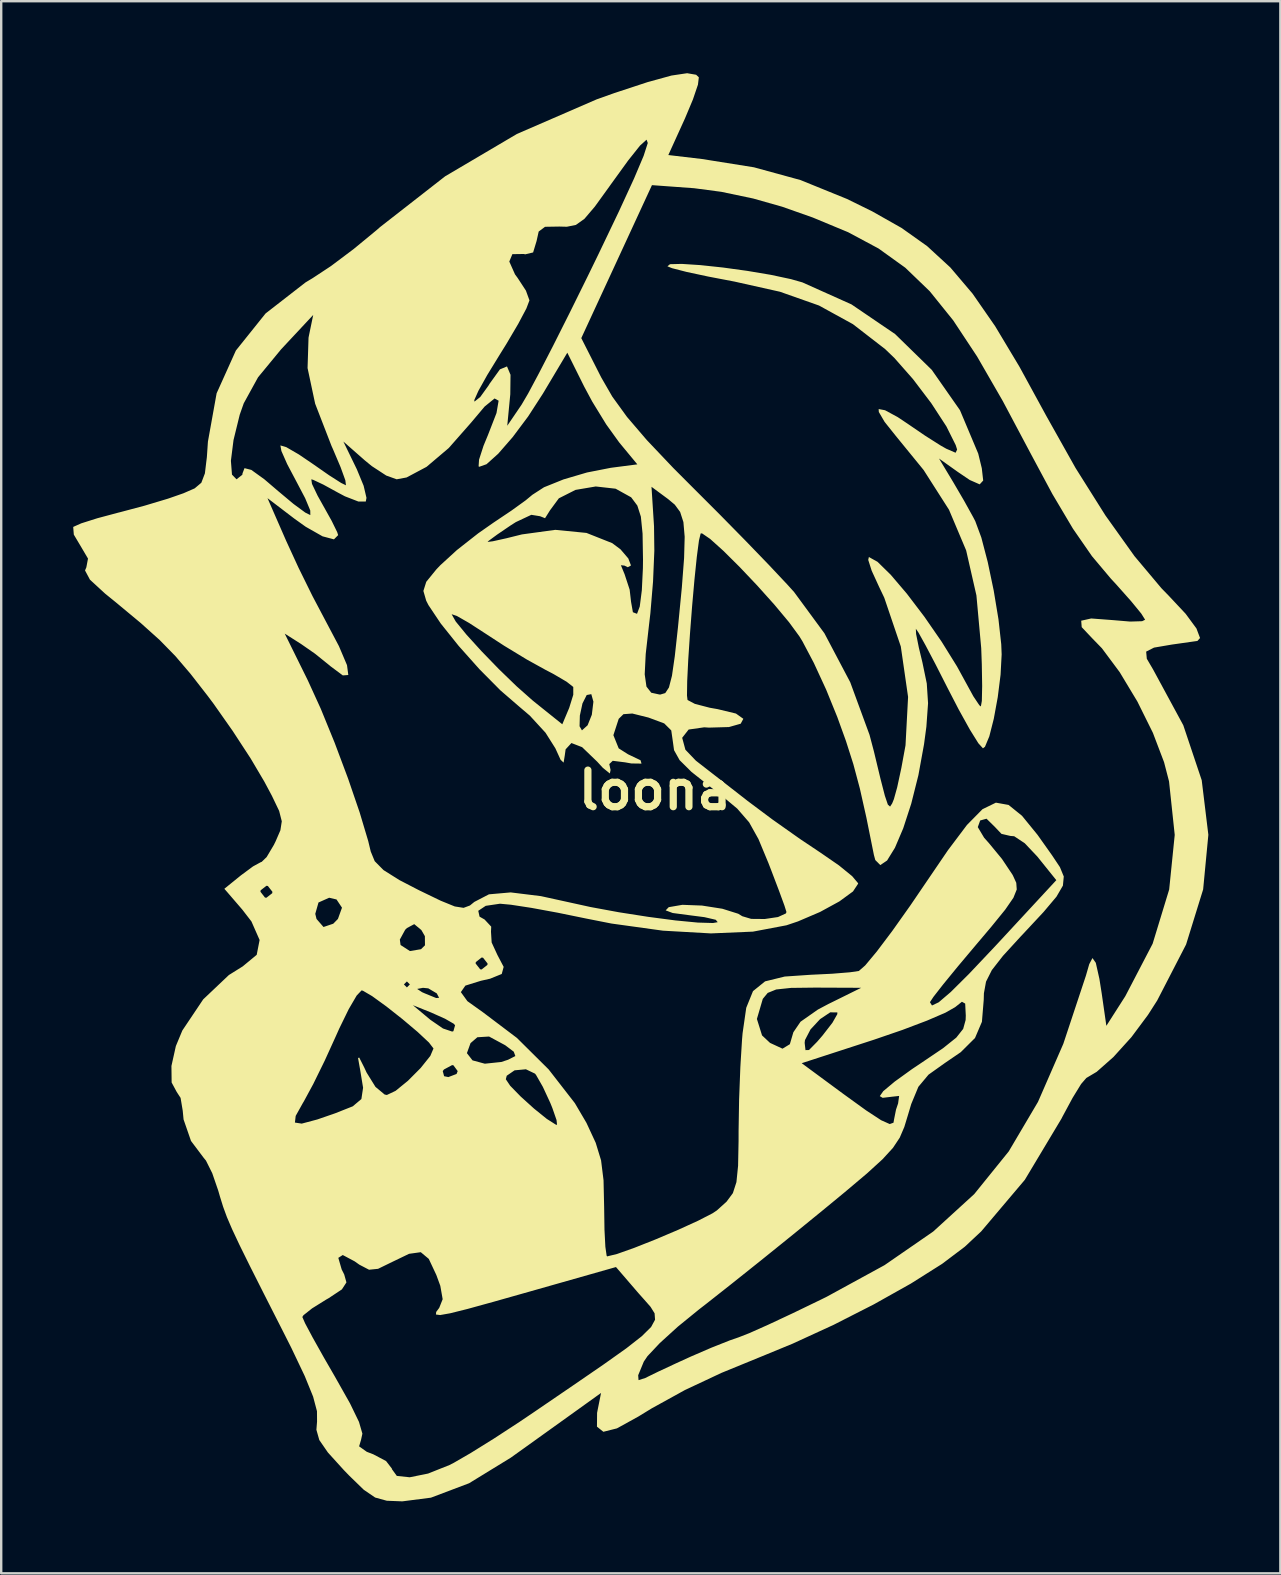
<source format=kicad_pcb>
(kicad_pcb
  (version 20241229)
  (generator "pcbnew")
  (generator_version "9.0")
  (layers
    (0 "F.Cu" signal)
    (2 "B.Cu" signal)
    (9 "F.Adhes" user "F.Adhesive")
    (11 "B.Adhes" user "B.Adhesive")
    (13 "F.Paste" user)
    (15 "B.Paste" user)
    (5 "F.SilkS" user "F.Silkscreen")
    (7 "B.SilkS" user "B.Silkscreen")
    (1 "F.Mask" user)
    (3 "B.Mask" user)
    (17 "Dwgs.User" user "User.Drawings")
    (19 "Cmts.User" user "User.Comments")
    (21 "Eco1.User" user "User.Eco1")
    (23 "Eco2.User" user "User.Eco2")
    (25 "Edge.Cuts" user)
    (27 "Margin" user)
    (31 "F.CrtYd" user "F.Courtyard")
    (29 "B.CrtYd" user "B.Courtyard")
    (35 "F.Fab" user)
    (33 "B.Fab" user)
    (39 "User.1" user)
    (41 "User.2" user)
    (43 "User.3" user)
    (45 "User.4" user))
  (footprint "loona"
    (layer "F.Cu")
    (at 24.235 29.867)
    (property "Reference" "loona" (at 0 0 0) (layer "F.SilkS") (effects (font (size 1.524 1.524) (thickness 0.3))))
    (attr board_only exclude_from_pos_files exclude_from_bom)
    (fp_poly (pts (xy 1.715 -29.803) (xy 1.828 -29.696) (xy 1.791 -29.391) (xy 1.581 -28.772) (xy 1.25 -27.983) (xy 0.557 -26.458) (xy 1.959 -26.293) (xy 4.125 -25.947) (xy 6.063 -25.416) (xy 7.999 -24.629) (xy 9.051 -24.112) (xy 10.271 -23.422) (xy 11.337 -22.665) (xy 12.306 -21.774) (xy 13.232 -20.683) (xy 14.173 -19.326) (xy 15.185 -17.638) (xy 16.307 -15.584) (xy 17.522 -13.42) (xy 18.765 -11.446) (xy 19.977 -9.748) (xy 21.101 -8.41) (xy 21.401 -8.102) (xy 22.108 -7.347) (xy 22.558 -6.736) (xy 22.708 -6.337) (xy 22.599 -6.216) (xy 22.337 -6.179) (xy 21.761 -6.097) (xy 21.54 -6.066) (xy 20.79 -5.938) (xy 20.463 -5.771) (xy 20.49 -5.474) (xy 20.749 -5.033) (xy 22.01 -2.704) (xy 22.778 -0.412) (xy 23.054 1.861) (xy 22.837 4.135) (xy 22.126 6.43) (xy 20.922 8.764) (xy 20.538 9.364) (xy 19.85 10.288) (xy 19.099 11.118) (xy 18.401 11.735) (xy 17.97 11.991) (xy 17.753 12.242) (xy 17.397 12.822) (xy 16.973 13.609) (xy 16.936 13.683) (xy 15.408 16.234) (xy 13.59 18.383) (xy 12.905 19.023) (xy 11.963 19.734) (xy 10.664 20.554) (xy 9.119 21.421) (xy 7.44 22.276) (xy 5.738 23.058) (xy 4.607 23.524) (xy 2.771 24.276) (xy 1.248 24.991) (xy -0.133 25.753) (xy -0.69 26.094) (xy -1.584 26.588) (xy -2.149 26.73) (xy -2.416 26.517) (xy -2.411 25.943) (xy -2.393 25.848) (xy -2.246 25.112) (xy -3.551 26.049) (xy -4.484 26.718) (xy -5.471 27.426) (xy -6.007 27.809) (xy -7.743 28.874) (xy -9.333 29.475) (xy -10.525 29.628) (xy -11.171 29.603) (xy -11.656 29.469) (xy -12.13 29.146) (xy -12.742 28.552) (xy -12.96 28.326) (xy -13.624 27.594) (xy -13.983 27.074) (xy -14.104 26.646) (xy -14.077 26.304) (xy -14.08 25.873) (xy -14.241 25.266) (xy -14.589 24.41) (xy -15.15 23.231) (xy -15.484 22.569) (xy -15.8 21.948) (xy -14.69 21.948) (xy -14.573 22.215) (xy -14.253 22.815) (xy -13.782 23.654) (xy -13.335 24.428) (xy -12.704 25.547) (xy -12.33 26.319) (xy -12.188 26.808) (xy -12.246 27.072) (xy -12.325 27.337) (xy -12.005 27.564) (xy -11.736 27.667) (xy -11.203 27.948) (xy -10.959 28.264) (xy -10.957 28.288) (xy -10.754 28.568) (xy -10.217 28.625) (xy -9.451 28.47) (xy -8.559 28.114) (xy -8.383 28.024) (xy -7.673 27.613) (xy -6.709 27.013) (xy -5.645 26.319) (xy -5.047 25.915) (xy -3.406 24.795) (xy -2.134 23.921) (xy -1.193 23.253) (xy -0.548 22.748) (xy -0.161 22.365) (xy 0.004 22.062) (xy -0.015 21.796) (xy -0.183 21.525) (xy -0.461 21.209) (xy -0.692 20.95) (xy -1.624 19.867) (xy -5.225 20.89) (xy -6.727 21.315) (xy -7.809 21.613) (xy -8.53 21.793) (xy -8.949 21.867) (xy -9.124 21.845) (xy -9.114 21.737) (xy -8.987 21.567) (xy -8.844 21.206) (xy -8.942 20.65) (xy -9.108 20.197) (xy -9.422 19.528) (xy -9.756 19.248) (xy -10.244 19.316) (xy -10.954 19.658) (xy -11.535 19.941) (xy -11.911 19.979) (xy -12.315 19.768) (xy -12.51 19.63) (xy -13.006 19.366) (xy -13.191 19.484) (xy -13.051 19.967) (xy -12.945 20.177) (xy -12.853 20.507) (xy -13.042 20.798) (xy -13.595 21.165) (xy -13.691 21.219) (xy -14.284 21.589) (xy -14.642 21.873) (xy -14.69 21.948) (xy -15.8 21.948) (xy -16.274 21.015) (xy -16.87 19.833) (xy -17.307 18.948) (xy -17.616 18.29) (xy -17.833 17.784) (xy -17.989 17.358) (xy -18.119 16.94) (xy -18.193 16.684) (xy -18.443 15.958) (xy -18.705 15.432) (xy -18.801 15.315) (xy -19.328 14.614) (xy -19.593 13.848) (xy -14.999 13.848) (xy -14.715 13.892) (xy -14.063 13.718) (xy -13.323 13.462) (xy -12.589 13.171) (xy -12.23 12.868) (xy -12.159 12.397) (xy -12.29 11.601) (xy -12.295 11.579) (xy -12.369 11.158) (xy -12.32 11.141) (xy -12.113 11.55) (xy -12.013 11.765) (xy -11.643 12.362) (xy -11.261 12.68) (xy -11.169 12.699) (xy -10.806 12.527) (xy -10.289 12.106) (xy -10.228 12.044) (xy -6.213 12.044) (xy -6.031 12.315) (xy -5.594 12.763) (xy -5.039 13.265) (xy -4.506 13.695) (xy -4.135 13.931) (xy -4.079 13.945) (xy -4.1 13.743) (xy -4.276 13.237) (xy -4.36 13.03) (xy -4.67 12.361) (xy -4.95 11.871) (xy -4.995 11.811) (xy -5.376 11.628) (xy -5.848 11.672) (xy -6.175 11.897) (xy -6.213 12.044) (xy -10.228 12.044) (xy -9.889 11.704) (xy -8.84 11.704) (xy -8.784 11.917) (xy -8.606 11.953) (xy -8.265 11.823) (xy -8.218 11.704) (xy -8.396 11.462) (xy -8.452 11.455) (xy -8.789 11.636) (xy -8.84 11.704) (xy -9.889 11.704) (xy -9.76 11.574) (xy -9.359 11.073) (xy -9.309 10.956) (xy -7.834 10.956) (xy -7.6 11.257) (xy -7.087 11.396) (xy -6.403 11.324) (xy -6.121 11.232) (xy -5.816 11.077) (xy -5.882 10.896) (xy -6.238 10.627) (xy -6.911 10.264) (xy -7.399 10.294) (xy -7.683 10.539) (xy -7.834 10.956) (xy -9.309 10.956) (xy -9.226 10.761) (xy -9.416 10.513) (xy -9.888 10.072) (xy -10.522 9.537) (xy -11.194 9.007) (xy -11.262 8.958) (xy -10.085 8.958) (xy -9.353 9.569) (xy -8.83 9.929) (xy -8.45 10.057) (xy -8.397 10.042) (xy -8.327 9.796) (xy -8.383 9.731) (xy -8.746 9.522) (xy -9.33 9.261) (xy -9.338 9.258) (xy -10.085 8.958) (xy -11.262 8.958) (xy -11.782 8.581) (xy -12.166 8.356) (xy -12.222 8.342) (xy -12.425 8.555) (xy -12.756 9.121) (xy -13.153 9.934) (xy -13.29 10.241) (xy -13.757 11.268) (xy -14.233 12.238) (xy -14.625 12.963) (xy -14.673 13.043) (xy -14.967 13.571) (xy -14.999 13.848) (xy -19.593 13.848) (xy -19.638 13.719) (xy -19.673 13.354) (xy -19.762 12.82) (xy -19.922 12.575) (xy -20.135 12.179) (xy -20.143 11.49) (xy -19.959 10.662) (xy -19.689 10.013) (xy -18.82 8.716) (xy -18.361 8.281) (xy -9.907 8.281) (xy -9.701 8.417) (xy -9.587 8.467) (xy -9.117 8.659) (xy -8.992 8.653) (xy -9.089 8.467) (xy -9.178 8.414) (xy -8.086 8.414) (xy -7.813 8.791) (xy -7.15 9.265) (xy -5.75 10.323) (xy -4.429 11.634) (xy -3.337 13.039) (xy -2.854 13.86) (xy -2.468 14.692) (xy -2.245 15.422) (xy -2.142 16.252) (xy -2.117 17.369) (xy -2.103 18.31) (xy -2.066 19.024) (xy -2.013 19.395) (xy -1.992 19.423) (xy -1.584 19.324) (xy -0.863 19.068) (xy 0.032 18.713) (xy 0.966 18.317) (xy 1.8 17.936) (xy 2.397 17.629) (xy 2.578 17.509) (xy 2.984 17.142) (xy 3.246 16.788) (xy 3.394 16.33) (xy 3.463 15.648) (xy 3.483 14.626) (xy 3.484 14.194) (xy 3.505 12.898) (xy 3.557 11.55) (xy 3.567 11.375) (xy 6.113 11.375) (xy 7.85 12.656) (xy 8.799 13.342) (xy 9.422 13.75) (xy 9.78 13.91) (xy 9.937 13.854) (xy 9.961 13.716) (xy 10.043 13.306) (xy 10.129 13.051) (xy 10.172 12.739) (xy 9.887 12.77) (xy 9.485 12.818) (xy 9.367 12.747) (xy 9.51 12.541) (xy 9.988 12.141) (xy 10.712 11.619) (xy 11.102 11.358) (xy 12.002 10.75) (xy 12.554 10.308) (xy 12.84 9.946) (xy 12.942 9.577) (xy 12.949 9.394) (xy 12.924 8.892) (xy 12.788 8.815) (xy 12.506 9.04) (xy 12.104 9.269) (xy 11.336 9.6) (xy 10.309 9.989) (xy 9.133 10.393) (xy 9.087 10.408) (xy 6.113 11.375) (xy 3.567 11.375) (xy 3.628 10.389) (xy 3.65 10.129) (xy 3.736 9.532) (xy 4.247 9.532) (xy 4.461 10.217) (xy 4.794 10.529) (xy 5.314 10.77) (xy 5.619 10.584) (xy 5.636 10.527) (xy 6.236 10.527) (xy 6.271 10.83) (xy 6.417 10.826) (xy 6.757 10.481) (xy 6.978 10.225) (xy 7.391 9.693) (xy 7.597 9.331) (xy 7.598 9.258) (xy 7.3 9.257) (xy 6.879 9.539) (xy 6.48 9.969) (xy 6.25 10.41) (xy 6.236 10.527) (xy 5.636 10.527) (xy 5.766 10.085) (xy 6.065 9.647) (xy 6.787 9.141) (xy 7.222 8.91) (xy 7.377 8.834) (xy 11.455 8.834) (xy 11.541 8.971) (xy 11.82 8.838) (xy 12.323 8.409) (xy 13.081 7.656) (xy 14.123 6.554) (xy 14.306 6.358) (xy 16.72 3.75) (xy 15.928 2.765) (xy 15.404 2.211) (xy 14.965 1.92) (xy 14.805 1.907) (xy 14.435 1.821) (xy 14.157 1.528) (xy 13.813 1.19) (xy 13.549 1.263) (xy 13.449 1.54) (xy 13.712 1.981) (xy 13.913 2.207) (xy 14.456 2.866) (xy 14.893 3.52) (xy 14.917 3.565) (xy 15.052 3.86) (xy 15.072 4.138) (xy 14.933 4.483) (xy 14.592 4.977) (xy 14.003 5.702) (xy 13.361 6.461) (xy 12.617 7.346) (xy 12.009 8.089) (xy 11.601 8.612) (xy 11.455 8.834) (xy 7.377 8.834) (xy 8.591 8.234) (xy 6.67 8.226) (xy 5.669 8.238) (xy 5.05 8.304) (xy 4.697 8.447) (xy 4.495 8.692) (xy 4.491 8.699) (xy 4.247 9.532) (xy 3.736 9.532) (xy 3.803 9.066) (xy 4.084 8.373) (xy 4.587 7.966) (xy 5.407 7.765) (xy 6.475 7.692) (xy 7.379 7.648) (xy 8.119 7.588) (xy 8.493 7.534) (xy 8.759 7.301) (xy 9.242 6.721) (xy 9.886 5.866) (xy 10.637 4.807) (xy 11.21 3.965) (xy 12.206 2.502) (xy 12.998 1.45) (xy 13.644 0.794) (xy 14.203 0.521) (xy 14.732 0.616) (xy 15.291 1.068) (xy 15.937 1.861) (xy 16.547 2.721) (xy 16.871 3.208) (xy 17.031 3.597) (xy 16.995 3.977) (xy 16.726 4.439) (xy 16.19 5.075) (xy 15.351 5.975) (xy 15.252 6.079) (xy 14.498 6.903) (xy 14.034 7.497) (xy 13.792 7.978) (xy 13.704 8.461) (xy 13.696 8.737) (xy 13.621 9.65) (xy 13.333 10.325) (xy 12.739 10.916) (xy 12.08 11.366) (xy 11.396 11.853) (xy 10.974 12.358) (xy 10.676 13.077) (xy 10.552 13.492) (xy 10.388 14.032) (xy 10.197 14.478) (xy 9.915 14.902) (xy 9.482 15.375) (xy 8.832 15.968) (xy 7.905 16.75) (xy 7.007 17.49) (xy 5.743 18.52) (xy 4.423 19.585) (xy 3.177 20.579) (xy 2.137 21.399) (xy 1.839 21.63) (xy 0.952 22.352) (xy 0.202 23.034) (xy -0.311 23.579) (xy -0.465 23.807) (xy -0.699 24.375) (xy -0.684 24.578) (xy -0.401 24.489) (xy -0.311 24.443) (xy 0.147 24.219) (xy 0.878 23.878) (xy 1.494 23.597) (xy 2.35 23.227) (xy 3.113 22.924) (xy 3.486 22.795) (xy 3.935 22.619) (xy 4.726 22.266) (xy 5.753 21.785) (xy 6.915 21.223) (xy 7.162 21.101) (xy 9.564 19.788) (xy 11.593 18.387) (xy 13.3 16.829) (xy 14.737 15.051) (xy 15.957 12.986) (xy 17.012 10.567) (xy 17.953 7.729) (xy 18.092 7.248) (xy 18.226 6.995) (xy 18.365 7.193) (xy 18.515 7.861) (xy 18.612 8.474) (xy 18.805 9.818) (xy 19.595 8.582) (xy 20.733 6.397) (xy 21.422 4.138) (xy 21.653 1.864) (xy 21.416 -0.365) (xy 21.209 -1.164) (xy 20.743 -2.389) (xy 20.097 -3.692) (xy 19.359 -4.917) (xy 18.62 -5.91) (xy 18.216 -6.326) (xy 17.778 -6.79) (xy 17.757 -7.059) (xy 18.174 -7.152) (xy 19.048 -7.086) (xy 19.05 -7.086) (xy 19.796 -7.023) (xy 20.294 -7.038) (xy 20.42 -7.099) (xy 20.261 -7.353) (xy 19.837 -7.871) (xy 19.229 -8.556) (xy 18.988 -8.817) (xy 18.205 -9.748) (xy 17.414 -10.891) (xy 16.557 -12.335) (xy 15.689 -13.953) (xy 14.489 -16.212) (xy 13.42 -18.065) (xy 12.425 -19.57) (xy 11.447 -20.784) (xy 10.43 -21.763) (xy 9.317 -22.563) (xy 8.05 -23.242) (xy 6.575 -23.855) (xy 5.3 -24.305) (xy 4.089 -24.648) (xy 2.764 -24.926) (xy 1.631 -25.076) (xy -0.125 -25.204) (xy -1.597 -22.017) (xy -3.069 -18.831) (xy -2.24 -17.197) (xy -1.777 -16.394) (xy -1.165 -15.549) (xy -0.34 -14.585) (xy 0.762 -13.423) (xy 1.57 -12.613) (xy 2.679 -11.504) (xy 3.769 -10.395) (xy 4.745 -9.384) (xy 5.51 -8.57) (xy 5.795 -8.255) (xy 7.059 -6.535) (xy 8.135 -4.495) (xy 8.939 -2.304) (xy 9.12 -1.619) (xy 9.393 -0.484) (xy 9.578 0.234) (xy 9.702 0.601) (xy 9.795 0.685) (xy 9.882 0.552) (xy 9.954 0.374) (xy 10.091 -0.118) (xy 10.265 -0.926) (xy 10.438 -1.868) (xy 10.545 -3.883) (xy 10.242 -5.984) (xy 9.553 -8.016) (xy 9.337 -8.469) (xy 9.029 -9.141) (xy 8.885 -9.592) (xy 8.912 -9.712) (xy 9.271 -9.513) (xy 9.821 -8.974) (xy 10.495 -8.183) (xy 11.224 -7.224) (xy 11.942 -6.186) (xy 12.583 -5.154) (xy 12.931 -4.518) (xy 13.265 -3.908) (xy 13.513 -3.538) (xy 13.577 -3.486) (xy 13.618 -3.717) (xy 13.631 -4.339) (xy 13.616 -5.245) (xy 13.592 -5.914) (xy 13.392 -8.112) (xy 12.964 -9.988) (xy 12.249 -11.682) (xy 11.192 -13.337) (xy 10.017 -14.777) (xy 9.566 -15.343) (xy 9.326 -15.754) (xy 9.319 -15.877) (xy 9.584 -15.827) (xy 10.109 -15.543) (xy 10.521 -15.268) (xy 11.25 -14.77) (xy 11.901 -14.357) (xy 12.134 -14.225) (xy 12.524 -14.056) (xy 12.588 -14.188) (xy 12.529 -14.375) (xy 12.141 -15.153) (xy 11.51 -16.121) (xy 10.75 -17.123) (xy 9.976 -18.002) (xy 9.589 -18.374) (xy 8.246 -19.413) (xy 6.834 -20.189) (xy 5.208 -20.763) (xy 3.311 -21.187) (xy 2.219 -21.396) (xy 1.317 -21.589) (xy 0.714 -21.744) (xy 0.519 -21.822) (xy 0.626 -21.911) (xy 1.118 -21.923) (xy 1.89 -21.873) (xy 2.836 -21.772) (xy 3.851 -21.632) (xy 4.83 -21.467) (xy 5.668 -21.288) (xy 6.142 -21.153) (xy 8.187 -20.236) (xy 10.004 -19) (xy 11.531 -17.51) (xy 12.706 -15.829) (xy 13.467 -14.021) (xy 13.616 -13.41) (xy 13.674 -12.898) (xy 13.528 -12.739) (xy 13.114 -12.921) (xy 12.617 -13.257) (xy 11.834 -13.815) (xy 12.431 -12.822) (xy 12.874 -12.064) (xy 13.256 -11.375) (xy 13.344 -11.206) (xy 13.597 -10.522) (xy 13.863 -9.504) (xy 14.112 -8.316) (xy 14.31 -7.12) (xy 14.426 -6.079) (xy 14.443 -5.655) (xy 14.398 -4.809) (xy 14.28 -3.871) (xy 14.115 -2.971) (xy 13.929 -2.24) (xy 13.748 -1.807) (xy 13.664 -1.743) (xy 13.474 -1.952) (xy 13.12 -2.52) (xy 12.656 -3.356) (xy 12.202 -4.233) (xy 11.696 -5.228) (xy 11.273 -6.033) (xy 10.98 -6.561) (xy 10.868 -6.724) (xy 10.879 -6.505) (xy 10.993 -5.939) (xy 11.143 -5.317) (xy 11.324 -4.443) (xy 11.377 -3.62) (xy 11.307 -2.641) (xy 11.209 -1.91) (xy 10.975 -0.625) (xy 10.677 0.562) (xy 10.342 1.591) (xy 9.997 2.401) (xy 9.67 2.931) (xy 9.388 3.122) (xy 9.179 2.912) (xy 9.121 2.699) (xy 8.808 1.144) (xy 8.536 -0.067) (xy 8.265 -1.082) (xy 7.957 -2.047) (xy 7.596 -3.046) (xy 7.133 -4.185) (xy 6.617 -5.303) (xy 6.141 -6.205) (xy 6.017 -6.407) (xy 5.587 -6.994) (xy 4.976 -7.726) (xy 4.264 -8.52) (xy 3.529 -9.296) (xy 2.848 -9.972) (xy 2.3 -10.465) (xy 1.963 -10.696) (xy 1.904 -10.694) (xy 1.833 -10.4) (xy 1.744 -9.722) (xy 1.646 -8.774) (xy 1.548 -7.669) (xy 1.459 -6.519) (xy 1.387 -5.44) (xy 1.343 -4.543) (xy 1.334 -3.943) (xy 1.357 -3.756) (xy 1.663 -3.594) (xy 2.283 -3.433) (xy 2.612 -3.375) (xy 3.374 -3.191) (xy 3.682 -2.972) (xy 3.572 -2.768) (xy 3.083 -2.629) (xy 2.25 -2.605) (xy 2.053 -2.618) (xy 1.403 -2.525) (xy 1.134 -2.181) (xy 1.268 -1.685) (xy 1.704 -1.229) (xy 2.232 -0.818) (xy 2.993 -0.227) (xy 3.826 0.422) (xy 3.864 0.452) (xy 4.89 1.219) (xy 6.044 2.034) (xy 6.912 2.615) (xy 7.664 3.134) (xy 8.216 3.584) (xy 8.461 3.875) (xy 8.464 3.897) (xy 8.25 4.22) (xy 7.683 4.635) (xy 6.879 5.074) (xy 5.958 5.468) (xy 5.478 5.63) (xy 4.082 5.894) (xy 2.331 5.968) (xy 0.332 5.854) (xy -1.811 5.557) (xy -2.84 5.354) (xy -4.049 5.106) (xy -5.147 4.904) (xy -6.003 4.773) (xy -6.456 4.731) (xy -7.05 4.819) (xy -7.361 5.026) (xy -7.307 5.27) (xy -7.099 5.388) (xy -6.821 5.686) (xy -6.831 5.897) (xy -6.803 6.346) (xy -6.562 6.869) (xy -6.303 7.362) (xy -6.383 7.658) (xy -6.867 7.855) (xy -7.253 7.942) (xy -7.898 8.143) (xy -8.086 8.414) (xy -9.178 8.414) (xy -9.443 8.257) (xy -9.664 8.235) (xy -9.907 8.281) (xy -18.361 8.281) (xy -18.163 8.093) (xy -10.459 8.093) (xy -10.334 8.218) (xy -10.21 8.093) (xy -10.334 7.969) (xy -10.459 8.093) (xy -18.163 8.093) (xy -17.75 7.702) (xy -17.174 7.342) (xy -17.029 7.222) (xy -7.471 7.222) (xy -7.281 7.463) (xy -7.222 7.471) (xy -6.98 7.281) (xy -6.973 7.222) (xy -7.162 6.98) (xy -7.222 6.973) (xy -7.463 7.162) (xy -7.471 7.222) (xy -17.029 7.222) (xy -16.591 6.86) (xy -16.47 6.242) (xy -16.478 6.224) (xy -10.628 6.224) (xy -10.598 6.451) (xy -10.208 6.703) (xy -9.746 6.626) (xy -9.581 6.464) (xy -9.585 6.082) (xy -9.731 5.829) (xy -10.028 5.582) (xy -10.331 5.744) (xy -10.405 5.816) (xy -10.628 6.224) (xy -16.478 6.224) (xy -16.811 5.469) (xy -17.055 5.153) (xy -14.151 5.153) (xy -14.099 5.366) (xy -13.808 5.701) (xy -13.402 5.564) (xy -13.207 5.365) (xy -13.038 4.896) (xy -13.266 4.554) (xy -13.572 4.482) (xy -14.017 4.68) (xy -14.151 5.153) (xy -17.055 5.153) (xy -17.188 4.98) (xy -17.831 4.233) (xy -16.435 4.233) (xy -16.246 4.475) (xy -16.186 4.482) (xy -15.944 4.293) (xy -15.937 4.233) (xy -16.127 3.992) (xy -16.186 3.984) (xy -16.428 4.174) (xy -16.435 4.233) (xy -17.831 4.233) (xy -17.939 4.109) (xy -17.249 3.55) (xy -16.745 3.177) (xy -16.41 2.994) (xy -16.385 2.989) (xy -16.176 2.786) (xy -15.878 2.284) (xy -15.802 2.13) (xy -15.604 1.672) (xy -15.546 1.298) (xy -15.656 0.865) (xy -15.96 0.231) (xy -16.273 -0.355) (xy -16.843 -1.32) (xy -17.593 -2.469) (xy -18.387 -3.598) (xy -18.636 -3.931) (xy -19.35 -4.848) (xy -19.979 -5.585) (xy -20.633 -6.254) (xy -21.424 -6.964) (xy -22.461 -7.826) (xy -22.905 -8.186) (xy -23.538 -8.768) (xy -23.743 -9.153) (xy -23.688 -9.282) (xy -23.619 -9.647) (xy -23.925 -10.166) (xy -24.21 -10.645) (xy -24.235 -10.959) (xy -24.224 -10.971) (xy -23.901 -11.115) (xy -23.232 -11.327) (xy -22.357 -11.561) (xy -22.287 -11.578) (xy -21.261 -11.851) (xy -20.294 -12.141) (xy -20.226 -12.164) (xy -16.141 -12.164) (xy -15.36 -10.378) (xy -14.845 -9.258) (xy -14.267 -8.085) (xy -13.785 -7.172) (xy -13.166 -6.001) (xy -12.829 -5.207) (xy -12.775 -4.797) (xy -13.004 -4.78) (xy -13.518 -5.163) (xy -13.556 -5.196) (xy -14.16 -5.683) (xy -14.746 -6.091) (xy -15.423 -6.521) (xy -14.459 -4.568) (xy -13.921 -3.389) (xy -13.345 -1.978) (xy -12.786 -0.487) (xy -12.301 0.93) (xy -11.945 2.121) (xy -11.84 2.557) (xy -11.675 2.959) (xy -11.308 3.33) (xy -10.645 3.747) (xy -9.842 4.163) (xy -8.926 4.606) (xy -8.34 4.845) (xy -7.972 4.903) (xy -7.708 4.805) (xy -7.525 4.656) (xy -6.916 4.34) (xy -6.009 4.26) (xy -4.752 4.415) (xy -3.735 4.638) (xy -2.684 4.869) (xy -1.496 5.088) (xy -0.281 5.278) (xy 0.85 5.427) (xy 1.787 5.517) (xy 2.419 5.535) (xy 2.615 5.5) (xy 2.532 5.4) (xy 2.062 5.291) (xy 1.494 5.218) (xy 0.739 5.118) (xy 0.446 5.008) (xy 0.574 4.875) (xy 1.143 4.777) (xy 1.96 4.808) (xy 2.809 4.941) (xy 3.47 5.149) (xy 3.638 5.252) (xy 4.01 5.363) (xy 4.575 5.368) (xy 5.126 5.286) (xy 5.454 5.136) (xy 5.478 5.077) (xy 5.394 4.809) (xy 5.169 4.194) (xy 4.847 3.348) (xy 4.729 3.042) (xy 4.312 2.039) (xy 3.922 1.339) (xy 3.43 0.772) (xy 2.708 0.168) (xy 2.363 -0.094) (xy 1.524 -0.758) (xy 1.027 -1.25) (xy 0.795 -1.665) (xy 0.747 -2.014) (xy 0.679 -2.488) (xy 0.386 -2.78) (xy -0.264 -3.022) (xy -0.269 -3.024) (xy -0.943 -3.192) (xy -1.312 -3.165) (xy -1.51 -2.971) (xy -1.732 -2.29) (xy -1.511 -1.742) (xy -1.121 -1.494) (xy -0.601 -1.246) (xy -0.56 -1.106) (xy -0.983 -1.112) (xy -1.25 -1.159) (xy -1.759 -1.223) (xy -1.903 -1.086) (xy -1.849 -0.841) (xy -1.879 -0.694) (xy -2.17 -0.929) (xy -2.405 -1.185) (xy -3.035 -1.791) (xy -3.48 -1.963) (xy -3.722 -1.7) (xy -3.759 -1.432) (xy -3.806 -1.147) (xy -3.932 -1.267) (xy -4.149 -1.743) (xy -4.559 -2.392) (xy -4.806 -2.661) (xy -3.141 -2.661) (xy -3.042 -2.49) (xy -2.806 -2.702) (xy -2.63 -3.142) (xy -2.564 -3.686) (xy -2.652 -3.999) (xy -2.843 -3.963) (xy -3.02 -3.612) (xy -3.129 -3.106) (xy -3.141 -2.661) (xy -4.806 -2.661) (xy -5.213 -3.104) (xy -5.66 -3.485) (xy -6.438 -4.157) (xy -7.314 -5.041) (xy -8.178 -6.01) (xy -8.922 -6.94) (xy -9.178 -7.322) (xy -8.467 -7.322) (xy -8.299 -7.025) (xy -7.856 -6.483) (xy -7.226 -5.789) (xy -6.499 -5.039) (xy -5.762 -4.326) (xy -5.106 -3.745) (xy -5.021 -3.675) (xy -3.86 -2.744) (xy -3.573 -3.426) (xy -3.403 -3.973) (xy -3.403 -4.299) (xy -3.679 -4.516) (xy -4.207 -4.826) (xy -0.427 -4.826) (xy -0.354 -4.314) (xy -0.155 -4.059) (xy 0.183 -3.985) (xy 0.227 -3.984) (xy 0.429 -4.044) (xy 0.582 -4.276) (xy 0.708 -4.763) (xy 0.827 -5.585) (xy 0.96 -6.8) (xy 1.12 -8.446) (xy 1.214 -9.672) (xy 1.238 -10.554) (xy 1.185 -11.168) (xy 1.049 -11.59) (xy 0.825 -11.894) (xy 0.55 -12.124) (xy -0.144 -12.637) (xy -0.039 -10.991) (xy -0.026 -9.973) (xy -0.08 -8.689) (xy -0.191 -7.366) (xy -0.242 -6.932) (xy -0.385 -5.672) (xy -0.427 -4.826) (xy -4.207 -4.826) (xy -4.244 -4.847) (xy -4.562 -5.013) (xy -5.334 -5.44) (xy -6.283 -6.016) (xy -7.035 -6.506) (xy -7.74 -6.963) (xy -8.251 -7.256) (xy -8.465 -7.328) (xy -8.467 -7.322) (xy -9.178 -7.322) (xy -9.435 -7.707) (xy -9.53 -7.893) (xy -9.647 -8.299) (xy -9.527 -8.68) (xy -9.109 -9.194) (xy -8.945 -9.367) (xy -8.253 -10) (xy -7.821 -10.34) (xy -6.973 -10.34) (xy -6.754 -10.368) (xy -6.186 -10.494) (xy -5.541 -10.654) (xy -4.152 -10.844) (xy -2.853 -10.716) (xy -1.78 -10.29) (xy -1.435 -10.032) (xy -1.11 -9.652) (xy -0.999 -9.36) (xy -1.133 -9.287) (xy -1.27 -9.354) (xy -1.419 -9.371) (xy -1.279 -9.028) (xy -1.27 -9.011) (xy -1.054 -8.352) (xy -0.996 -7.846) (xy -0.919 -7.412) (xy -0.747 -7.346) (xy -0.633 -7.65) (xy -0.547 -8.325) (xy -0.502 -9.246) (xy -0.498 -9.602) (xy -0.516 -10.685) (xy -0.587 -11.394) (xy -0.734 -11.854) (xy -0.981 -12.186) (xy -0.996 -12.202) (xy -1.639 -12.558) (xy -2.466 -12.651) (xy -3.31 -12.508) (xy -4.004 -12.157) (xy -4.372 -11.658) (xy -4.579 -11.329) (xy -4.788 -11.412) (xy -5.151 -11.47) (xy -5.795 -11.167) (xy -6.009 -11.031) (xy -6.578 -10.644) (xy -6.924 -10.389) (xy -6.973 -10.34) (xy -7.821 -10.34) (xy -7.362 -10.7) (xy -6.724 -11.146) (xy -5.977 -11.647) (xy -5.388 -12.072) (xy -5.105 -12.306) (xy -4.622 -12.618) (xy -3.81 -12.945) (xy -2.83 -13.234) (xy -1.847 -13.427) (xy -1.799 -13.434) (xy -0.734 -13.572) (xy -1.49 -14.486) (xy -2.03 -15.236) (xy -2.612 -16.185) (xy -2.949 -16.813) (xy -3.651 -18.224) (xy -4.667 -16.52) (xy -5.285 -15.565) (xy -5.93 -14.704) (xy -6.53 -14.015) (xy -7.017 -13.578) (xy -7.321 -13.471) (xy -7.347 -13.489) (xy -7.328 -13.77) (xy -7.141 -14.349) (xy -6.959 -14.789) (xy -6.601 -15.711) (xy -6.513 -16.224) (xy -6.682 -16.317) (xy -7.095 -15.981) (xy -7.66 -15.31) (xy -8.591 -14.252) (xy -9.515 -13.469) (xy -10.347 -13.026) (xy -10.761 -12.95) (xy -11.194 -13.106) (xy -11.797 -13.5) (xy -12.085 -13.736) (xy -12.981 -14.523) (xy -12.42 -13.368) (xy -12.136 -12.68) (xy -12.018 -12.176) (xy -12.047 -12.025) (xy -12.356 -12.024) (xy -12.916 -12.241) (xy -13.202 -12.393) (xy -13.816 -12.729) (xy -14.236 -12.927) (xy -14.316 -12.949) (xy -14.288 -12.758) (xy -14.055 -12.269) (xy -13.831 -11.869) (xy -13.467 -11.217) (xy -13.238 -10.749) (xy -13.198 -10.624) (xy -13.373 -10.448) (xy -13.848 -10.574) (xy -14.55 -10.973) (xy -15.024 -11.312) (xy -16.141 -12.164) (xy -20.226 -12.164) (xy -19.642 -12.368) (xy -19.175 -12.572) (xy -18.898 -12.806) (xy -18.749 -13.197) (xy -18.686 -13.721) (xy -17.666 -13.721) (xy -17.621 -13.145) (xy -17.431 -12.949) (xy -17.19 -13.139) (xy -17.182 -13.198) (xy -17.099 -13.414) (xy -16.815 -13.341) (xy -16.277 -12.954) (xy -15.688 -12.451) (xy -15.058 -11.924) (xy -14.567 -11.563) (xy -14.357 -11.459) (xy -14.36 -11.652) (xy -14.572 -12.161) (xy -14.934 -12.85) (xy -15.321 -13.582) (xy -15.562 -14.128) (xy -15.604 -14.361) (xy -15.359 -14.289) (xy -14.836 -13.986) (xy -14.251 -13.589) (xy -13.578 -13.12) (xy -13.074 -12.798) (xy -12.873 -12.7) (xy -12.898 -12.907) (xy -13.095 -13.452) (xy -13.422 -14.223) (xy -13.474 -14.338) (xy -14.156 -16.099) (xy -14.188 -16.249) (xy -7.527 -16.249) (xy -7.519 -16.186) (xy -7.278 -16.379) (xy -6.937 -16.852) (xy -6.888 -16.933) (xy -6.458 -17.53) (xy -6.164 -17.652) (xy -6.017 -17.304) (xy -6.027 -16.492) (xy -6.033 -16.431) (xy -6.153 -15.181) (xy -5.559 -16.055) (xy -5.283 -16.525) (xy -4.832 -17.37) (xy -4.243 -18.513) (xy -3.556 -19.88) (xy -2.808 -21.395) (xy -2.355 -22.326) (xy -1.498 -24.118) (xy -0.871 -25.481) (xy -0.472 -26.424) (xy -0.299 -26.96) (xy -0.35 -27.098) (xy -0.623 -26.851) (xy -1.118 -26.229) (xy -1.831 -25.244) (xy -1.897 -25.151) (xy -2.506 -24.308) (xy -2.939 -23.8) (xy -3.294 -23.547) (xy -3.67 -23.471) (xy -3.984 -23.479) (xy -4.579 -23.469) (xy -4.844 -23.271) (xy -4.932 -22.875) (xy -5.076 -22.4) (xy -5.405 -22.322) (xy -5.464 -22.336) (xy -5.94 -22.329) (xy -6.068 -22.021) (xy -5.83 -21.487) (xy -5.724 -21.343) (xy -5.376 -20.811) (xy -5.229 -20.406) (xy -5.229 -20.403) (xy -5.356 -20.067) (xy -5.696 -19.426) (xy -6.188 -18.591) (xy -6.469 -18.139) (xy -6.986 -17.295) (xy -7.355 -16.635) (xy -7.527 -16.249) (xy -14.188 -16.249) (xy -14.472 -17.584) (xy -14.432 -18.845) (xy -14.417 -18.925) (xy -14.237 -19.797) (xy -15.576 -18.363) (xy -16.535 -17.199) (xy -17.131 -16.115) (xy -17.298 -15.641) (xy -17.557 -14.585) (xy -17.666 -13.721) (xy -18.686 -13.721) (xy -18.667 -13.873) (xy -18.623 -14.52) (xy -18.261 -16.532) (xy -17.458 -18.315) (xy -16.221 -19.859) (xy -14.558 -21.151) (xy -14.262 -21.329) (xy -13.496 -21.834) (xy -12.552 -22.543) (xy -11.611 -23.318) (xy -11.451 -23.458) (xy -8.74 -25.573) (xy -5.753 -27.335) (xy -2.428 -28.778) (xy -1.689 -29.041) (xy -0.301 -29.498) (xy 0.688 -29.77) (xy 1.34 -29.867)) (stroke (width 0) (type solid)) (fill yes) (layer "F.SilkS")))
  (gr_rect
    (start -3 -3)
    (end 50.289 62.495)
    (stroke (width 0.1) (type default))
    (fill no)
    (layer "Edge.Cuts")))
</source>
